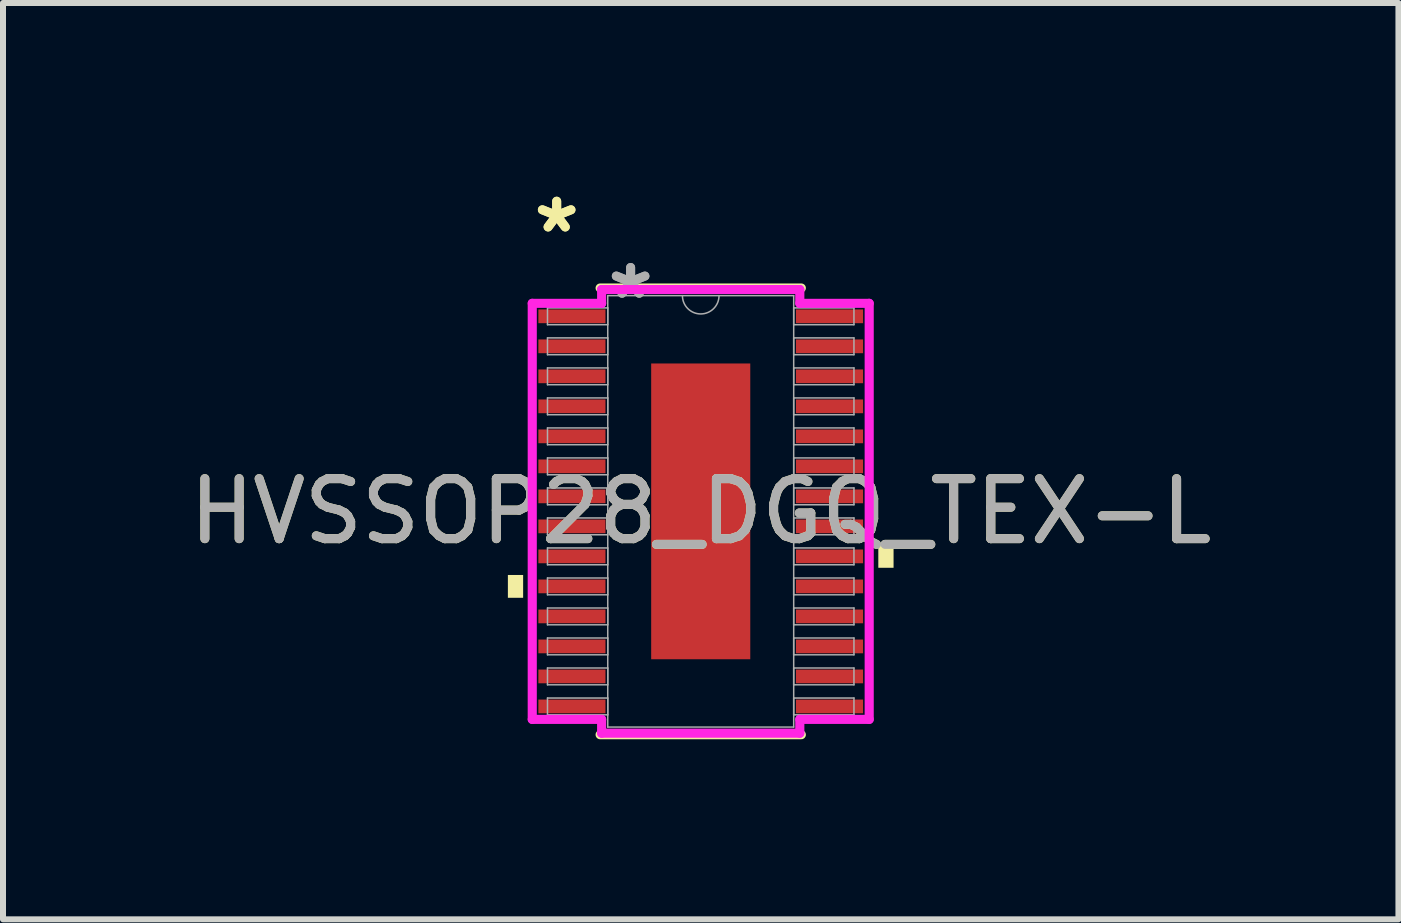
<source format=kicad_pcb>
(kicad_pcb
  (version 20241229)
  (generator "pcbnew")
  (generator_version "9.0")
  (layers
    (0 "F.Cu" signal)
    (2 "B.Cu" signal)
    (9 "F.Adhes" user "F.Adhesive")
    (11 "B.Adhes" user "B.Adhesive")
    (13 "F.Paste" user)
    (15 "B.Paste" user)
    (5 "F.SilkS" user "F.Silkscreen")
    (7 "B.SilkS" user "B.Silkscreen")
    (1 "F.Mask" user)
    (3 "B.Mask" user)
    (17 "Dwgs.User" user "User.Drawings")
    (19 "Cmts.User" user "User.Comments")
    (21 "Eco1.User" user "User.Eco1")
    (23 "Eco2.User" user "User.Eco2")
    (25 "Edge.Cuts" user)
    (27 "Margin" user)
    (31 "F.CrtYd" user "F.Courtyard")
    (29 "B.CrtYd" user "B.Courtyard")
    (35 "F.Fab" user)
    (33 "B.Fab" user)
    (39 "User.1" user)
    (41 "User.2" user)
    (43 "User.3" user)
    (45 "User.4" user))
  (footprint "HVSSOP28_DGQ_TEX-L"
    (layer "F.Cu")
    (at 8.625 5.47)
    (property "Reference" "HVSSOP28_DGQ_TEX-L" (at 0 0 0) (unlocked yes) (layer "F.SilkS") (effects (font (size 1 1) (thickness 0.15))))
    (attr smd)
    (fp_line (start -1.676 3.721) (end 1.676 3.721) (stroke (width 0.152) (type solid)) (layer "F.SilkS"))
    (fp_line (start 1.676 -3.721) (end -1.676 -3.721) (stroke (width 0.152) (type solid)) (layer "F.SilkS"))
    (fp_poly (pts (xy -3.213 1.06) (xy -3.213 1.44) (xy -2.959 1.44) (xy -2.959 1.06)) (stroke (width 0) (type solid)) (fill yes) (layer "F.SilkS"))
    (fp_poly (pts (xy 3.213 0.559) (xy 3.213 0.94) (xy 2.959 0.94) (xy 2.959 0.559)) (stroke (width 0) (type solid)) (fill yes) (layer "F.SilkS"))
    (fp_poly (pts (xy -0.726 -2.364) (xy -0.726 -0.921) (xy 0.726 -0.921) (xy 0.726 -2.364)) (stroke (width 0) (type solid)) (fill yes) (layer "F.Paste"))
    (fp_poly (pts (xy -0.726 -0.721) (xy -0.726 0.721) (xy 0.726 0.721) (xy 0.726 -0.721)) (stroke (width 0) (type solid)) (fill yes) (layer "F.Paste"))
    (fp_poly (pts (xy -0.726 0.921) (xy -0.726 2.364) (xy 0.726 2.364) (xy 0.726 0.921)) (stroke (width 0) (type solid)) (fill yes) (layer "F.Paste"))
    (fp_line (start -2.807 -3.466) (end -1.651 -3.466) (stroke (width 0.152) (type solid)) (layer "F.CrtYd"))
    (fp_line (start -2.807 3.466) (end -2.807 -3.466) (stroke (width 0.152) (type solid)) (layer "F.CrtYd"))
    (fp_line (start -2.807 3.466) (end -1.651 3.466) (stroke (width 0.152) (type solid)) (layer "F.CrtYd"))
    (fp_line (start -1.651 -3.696) (end 1.651 -3.696) (stroke (width 0.152) (type solid)) (layer "F.CrtYd"))
    (fp_line (start -1.651 -3.466) (end -1.651 -3.696) (stroke (width 0.152) (type solid)) (layer "F.CrtYd"))
    (fp_line (start -1.651 3.696) (end -1.651 3.466) (stroke (width 0.152) (type solid)) (layer "F.CrtYd"))
    (fp_line (start 1.651 -3.696) (end 1.651 -3.466) (stroke (width 0.152) (type solid)) (layer "F.CrtYd"))
    (fp_line (start 1.651 3.466) (end 1.651 3.696) (stroke (width 0.152) (type solid)) (layer "F.CrtYd"))
    (fp_line (start 1.651 3.696) (end -1.651 3.696) (stroke (width 0.152) (type solid)) (layer "F.CrtYd"))
    (fp_line (start 2.807 -3.466) (end 1.651 -3.466) (stroke (width 0.152) (type solid)) (layer "F.CrtYd"))
    (fp_line (start 2.807 -3.466) (end 2.807 3.466) (stroke (width 0.152) (type solid)) (layer "F.CrtYd"))
    (fp_line (start 2.807 3.466) (end 1.651 3.466) (stroke (width 0.152) (type solid)) (layer "F.CrtYd"))
    (fp_line (start -2.553 -3.39) (end -2.553 -3.11) (stroke (width 0.025) (type solid)) (layer "F.Fab"))
    (fp_line (start -2.553 -3.11) (end -1.549 -3.11) (stroke (width 0.025) (type solid)) (layer "F.Fab"))
    (fp_line (start -2.553 -2.89) (end -2.553 -2.61) (stroke (width 0.025) (type solid)) (layer "F.Fab"))
    (fp_line (start -2.553 -2.61) (end -1.549 -2.61) (stroke (width 0.025) (type solid)) (layer "F.Fab"))
    (fp_line (start -2.553 -2.39) (end -2.553 -2.11) (stroke (width 0.025) (type solid)) (layer "F.Fab"))
    (fp_line (start -2.553 -2.11) (end -1.549 -2.11) (stroke (width 0.025) (type solid)) (layer "F.Fab"))
    (fp_line (start -2.553 -1.89) (end -2.553 -1.61) (stroke (width 0.025) (type solid)) (layer "F.Fab"))
    (fp_line (start -2.553 -1.61) (end -1.549 -1.61) (stroke (width 0.025) (type solid)) (layer "F.Fab"))
    (fp_line (start -2.553 -1.39) (end -2.553 -1.11) (stroke (width 0.025) (type solid)) (layer "F.Fab"))
    (fp_line (start -2.553 -1.11) (end -1.549 -1.11) (stroke (width 0.025) (type solid)) (layer "F.Fab"))
    (fp_line (start -2.553 -0.89) (end -2.553 -0.61) (stroke (width 0.025) (type solid)) (layer "F.Fab"))
    (fp_line (start -2.553 -0.61) (end -1.549 -0.61) (stroke (width 0.025) (type solid)) (layer "F.Fab"))
    (fp_line (start -2.553 -0.39) (end -2.553 -0.11) (stroke (width 0.025) (type solid)) (layer "F.Fab"))
    (fp_line (start -2.553 -0.11) (end -1.549 -0.11) (stroke (width 0.025) (type solid)) (layer "F.Fab"))
    (fp_line (start -2.553 0.11) (end -2.553 0.39) (stroke (width 0.025) (type solid)) (layer "F.Fab"))
    (fp_line (start -2.553 0.39) (end -1.549 0.39) (stroke (width 0.025) (type solid)) (layer "F.Fab"))
    (fp_line (start -2.553 0.61) (end -2.553 0.89) (stroke (width 0.025) (type solid)) (layer "F.Fab"))
    (fp_line (start -2.553 0.89) (end -1.549 0.89) (stroke (width 0.025) (type solid)) (layer "F.Fab"))
    (fp_line (start -2.553 1.11) (end -2.553 1.39) (stroke (width 0.025) (type solid)) (layer "F.Fab"))
    (fp_line (start -2.553 1.39) (end -1.549 1.39) (stroke (width 0.025) (type solid)) (layer "F.Fab"))
    (fp_line (start -2.553 1.61) (end -2.553 1.89) (stroke (width 0.025) (type solid)) (layer "F.Fab"))
    (fp_line (start -2.553 1.89) (end -1.549 1.89) (stroke (width 0.025) (type solid)) (layer "F.Fab"))
    (fp_line (start -2.553 2.11) (end -2.553 2.39) (stroke (width 0.025) (type solid)) (layer "F.Fab"))
    (fp_line (start -2.553 2.39) (end -1.549 2.39) (stroke (width 0.025) (type solid)) (layer "F.Fab"))
    (fp_line (start -2.553 2.61) (end -2.553 2.89) (stroke (width 0.025) (type solid)) (layer "F.Fab"))
    (fp_line (start -2.553 2.89) (end -1.549 2.89) (stroke (width 0.025) (type solid)) (layer "F.Fab"))
    (fp_line (start -2.553 3.11) (end -2.553 3.39) (stroke (width 0.025) (type solid)) (layer "F.Fab"))
    (fp_line (start -2.553 3.39) (end -1.549 3.39) (stroke (width 0.025) (type solid)) (layer "F.Fab"))
    (fp_line (start -1.549 -3.594) (end -1.549 3.594) (stroke (width 0.025) (type solid)) (layer "F.Fab"))
    (fp_line (start -1.549 -3.39) (end -2.553 -3.39) (stroke (width 0.025) (type solid)) (layer "F.Fab"))
    (fp_line (start -1.549 -3.11) (end -1.549 -3.39) (stroke (width 0.025) (type solid)) (layer "F.Fab"))
    (fp_line (start -1.549 -2.89) (end -2.553 -2.89) (stroke (width 0.025) (type solid)) (layer "F.Fab"))
    (fp_line (start -1.549 -2.61) (end -1.549 -2.89) (stroke (width 0.025) (type solid)) (layer "F.Fab"))
    (fp_line (start -1.549 -2.39) (end -2.553 -2.39) (stroke (width 0.025) (type solid)) (layer "F.Fab"))
    (fp_line (start -1.549 -2.11) (end -1.549 -2.39) (stroke (width 0.025) (type solid)) (layer "F.Fab"))
    (fp_line (start -1.549 -1.89) (end -2.553 -1.89) (stroke (width 0.025) (type solid)) (layer "F.Fab"))
    (fp_line (start -1.549 -1.61) (end -1.549 -1.89) (stroke (width 0.025) (type solid)) (layer "F.Fab"))
    (fp_line (start -1.549 -1.39) (end -2.553 -1.39) (stroke (width 0.025) (type solid)) (layer "F.Fab"))
    (fp_line (start -1.549 -1.11) (end -1.549 -1.39) (stroke (width 0.025) (type solid)) (layer "F.Fab"))
    (fp_line (start -1.549 -0.89) (end -2.553 -0.89) (stroke (width 0.025) (type solid)) (layer "F.Fab"))
    (fp_line (start -1.549 -0.61) (end -1.549 -0.89) (stroke (width 0.025) (type solid)) (layer "F.Fab"))
    (fp_line (start -1.549 -0.39) (end -2.553 -0.39) (stroke (width 0.025) (type solid)) (layer "F.Fab"))
    (fp_line (start -1.549 -0.11) (end -1.549 -0.39) (stroke (width 0.025) (type solid)) (layer "F.Fab"))
    (fp_line (start -1.549 0.11) (end -2.553 0.11) (stroke (width 0.025) (type solid)) (layer "F.Fab"))
    (fp_line (start -1.549 0.39) (end -1.549 0.11) (stroke (width 0.025) (type solid)) (layer "F.Fab"))
    (fp_line (start -1.549 0.61) (end -2.553 0.61) (stroke (width 0.025) (type solid)) (layer "F.Fab"))
    (fp_line (start -1.549 0.89) (end -1.549 0.61) (stroke (width 0.025) (type solid)) (layer "F.Fab"))
    (fp_line (start -1.549 1.11) (end -2.553 1.11) (stroke (width 0.025) (type solid)) (layer "F.Fab"))
    (fp_line (start -1.549 1.39) (end -1.549 1.11) (stroke (width 0.025) (type solid)) (layer "F.Fab"))
    (fp_line (start -1.549 1.61) (end -2.553 1.61) (stroke (width 0.025) (type solid)) (layer "F.Fab"))
    (fp_line (start -1.549 1.89) (end -1.549 1.61) (stroke (width 0.025) (type solid)) (layer "F.Fab"))
    (fp_line (start -1.549 2.11) (end -2.553 2.11) (stroke (width 0.025) (type solid)) (layer "F.Fab"))
    (fp_line (start -1.549 2.39) (end -1.549 2.11) (stroke (width 0.025) (type solid)) (layer "F.Fab"))
    (fp_line (start -1.549 2.61) (end -2.553 2.61) (stroke (width 0.025) (type solid)) (layer "F.Fab"))
    (fp_line (start -1.549 2.89) (end -1.549 2.61) (stroke (width 0.025) (type solid)) (layer "F.Fab"))
    (fp_line (start -1.549 3.11) (end -2.553 3.11) (stroke (width 0.025) (type solid)) (layer "F.Fab"))
    (fp_line (start -1.549 3.39) (end -1.549 3.11) (stroke (width 0.025) (type solid)) (layer "F.Fab"))
    (fp_line (start -1.549 3.594) (end 1.549 3.594) (stroke (width 0.025) (type solid)) (layer "F.Fab"))
    (fp_line (start 1.549 -3.594) (end -1.549 -3.594) (stroke (width 0.025) (type solid)) (layer "F.Fab"))
    (fp_line (start 1.549 -3.39) (end 1.549 -3.11) (stroke (width 0.025) (type solid)) (layer "F.Fab"))
    (fp_line (start 1.549 -3.11) (end 2.553 -3.11) (stroke (width 0.025) (type solid)) (layer "F.Fab"))
    (fp_line (start 1.549 -2.89) (end 1.549 -2.61) (stroke (width 0.025) (type solid)) (layer "F.Fab"))
    (fp_line (start 1.549 -2.61) (end 2.553 -2.61) (stroke (width 0.025) (type solid)) (layer "F.Fab"))
    (fp_line (start 1.549 -2.39) (end 1.549 -2.11) (stroke (width 0.025) (type solid)) (layer "F.Fab"))
    (fp_line (start 1.549 -2.11) (end 2.553 -2.11) (stroke (width 0.025) (type solid)) (layer "F.Fab"))
    (fp_line (start 1.549 -1.89) (end 1.549 -1.61) (stroke (width 0.025) (type solid)) (layer "F.Fab"))
    (fp_line (start 1.549 -1.61) (end 2.553 -1.61) (stroke (width 0.025) (type solid)) (layer "F.Fab"))
    (fp_line (start 1.549 -1.39) (end 1.549 -1.11) (stroke (width 0.025) (type solid)) (layer "F.Fab"))
    (fp_line (start 1.549 -1.11) (end 2.553 -1.11) (stroke (width 0.025) (type solid)) (layer "F.Fab"))
    (fp_line (start 1.549 -0.89) (end 1.549 -0.61) (stroke (width 0.025) (type solid)) (layer "F.Fab"))
    (fp_line (start 1.549 -0.61) (end 2.553 -0.61) (stroke (width 0.025) (type solid)) (layer "F.Fab"))
    (fp_line (start 1.549 -0.39) (end 1.549 -0.11) (stroke (width 0.025) (type solid)) (layer "F.Fab"))
    (fp_line (start 1.549 -0.11) (end 2.553 -0.11) (stroke (width 0.025) (type solid)) (layer "F.Fab"))
    (fp_line (start 1.549 0.11) (end 1.549 0.39) (stroke (width 0.025) (type solid)) (layer "F.Fab"))
    (fp_line (start 1.549 0.39) (end 2.553 0.39) (stroke (width 0.025) (type solid)) (layer "F.Fab"))
    (fp_line (start 1.549 0.61) (end 1.549 0.89) (stroke (width 0.025) (type solid)) (layer "F.Fab"))
    (fp_line (start 1.549 0.89) (end 2.553 0.89) (stroke (width 0.025) (type solid)) (layer "F.Fab"))
    (fp_line (start 1.549 1.11) (end 1.549 1.39) (stroke (width 0.025) (type solid)) (layer "F.Fab"))
    (fp_line (start 1.549 1.39) (end 2.553 1.39) (stroke (width 0.025) (type solid)) (layer "F.Fab"))
    (fp_line (start 1.549 1.61) (end 1.549 1.89) (stroke (width 0.025) (type solid)) (layer "F.Fab"))
    (fp_line (start 1.549 1.89) (end 2.553 1.89) (stroke (width 0.025) (type solid)) (layer "F.Fab"))
    (fp_line (start 1.549 2.11) (end 1.549 2.39) (stroke (width 0.025) (type solid)) (layer "F.Fab"))
    (fp_line (start 1.549 2.39) (end 2.553 2.39) (stroke (width 0.025) (type solid)) (layer "F.Fab"))
    (fp_line (start 1.549 2.61) (end 1.549 2.89) (stroke (width 0.025) (type solid)) (layer "F.Fab"))
    (fp_line (start 1.549 2.89) (end 2.553 2.89) (stroke (width 0.025) (type solid)) (layer "F.Fab"))
    (fp_line (start 1.549 3.11) (end 1.549 3.39) (stroke (width 0.025) (type solid)) (layer "F.Fab"))
    (fp_line (start 1.549 3.39) (end 2.553 3.39) (stroke (width 0.025) (type solid)) (layer "F.Fab"))
    (fp_line (start 1.549 3.594) (end 1.549 -3.594) (stroke (width 0.025) (type solid)) (layer "F.Fab"))
    (fp_line (start 2.553 -3.39) (end 1.549 -3.39) (stroke (width 0.025) (type solid)) (layer "F.Fab"))
    (fp_line (start 2.553 -3.11) (end 2.553 -3.39) (stroke (width 0.025) (type solid)) (layer "F.Fab"))
    (fp_line (start 2.553 -2.89) (end 1.549 -2.89) (stroke (width 0.025) (type solid)) (layer "F.Fab"))
    (fp_line (start 2.553 -2.61) (end 2.553 -2.89) (stroke (width 0.025) (type solid)) (layer "F.Fab"))
    (fp_line (start 2.553 -2.39) (end 1.549 -2.39) (stroke (width 0.025) (type solid)) (layer "F.Fab"))
    (fp_line (start 2.553 -2.11) (end 2.553 -2.39) (stroke (width 0.025) (type solid)) (layer "F.Fab"))
    (fp_line (start 2.553 -1.89) (end 1.549 -1.89) (stroke (width 0.025) (type solid)) (layer "F.Fab"))
    (fp_line (start 2.553 -1.61) (end 2.553 -1.89) (stroke (width 0.025) (type solid)) (layer "F.Fab"))
    (fp_line (start 2.553 -1.39) (end 1.549 -1.39) (stroke (width 0.025) (type solid)) (layer "F.Fab"))
    (fp_line (start 2.553 -1.11) (end 2.553 -1.39) (stroke (width 0.025) (type solid)) (layer "F.Fab"))
    (fp_line (start 2.553 -0.89) (end 1.549 -0.89) (stroke (width 0.025) (type solid)) (layer "F.Fab"))
    (fp_line (start 2.553 -0.61) (end 2.553 -0.89) (stroke (width 0.025) (type solid)) (layer "F.Fab"))
    (fp_line (start 2.553 -0.39) (end 1.549 -0.39) (stroke (width 0.025) (type solid)) (layer "F.Fab"))
    (fp_line (start 2.553 -0.11) (end 2.553 -0.39) (stroke (width 0.025) (type solid)) (layer "F.Fab"))
    (fp_line (start 2.553 0.11) (end 1.549 0.11) (stroke (width 0.025) (type solid)) (layer "F.Fab"))
    (fp_line (start 2.553 0.39) (end 2.553 0.11) (stroke (width 0.025) (type solid)) (layer "F.Fab"))
    (fp_line (start 2.553 0.61) (end 1.549 0.61) (stroke (width 0.025) (type solid)) (layer "F.Fab"))
    (fp_line (start 2.553 0.89) (end 2.553 0.61) (stroke (width 0.025) (type solid)) (layer "F.Fab"))
    (fp_line (start 2.553 1.11) (end 1.549 1.11) (stroke (width 0.025) (type solid)) (layer "F.Fab"))
    (fp_line (start 2.553 1.39) (end 2.553 1.11) (stroke (width 0.025) (type solid)) (layer "F.Fab"))
    (fp_line (start 2.553 1.61) (end 1.549 1.61) (stroke (width 0.025) (type solid)) (layer "F.Fab"))
    (fp_line (start 2.553 1.89) (end 2.553 1.61) (stroke (width 0.025) (type solid)) (layer "F.Fab"))
    (fp_line (start 2.553 2.11) (end 1.549 2.11) (stroke (width 0.025) (type solid)) (layer "F.Fab"))
    (fp_line (start 2.553 2.39) (end 2.553 2.11) (stroke (width 0.025) (type solid)) (layer "F.Fab"))
    (fp_line (start 2.553 2.61) (end 1.549 2.61) (stroke (width 0.025) (type solid)) (layer "F.Fab"))
    (fp_line (start 2.553 2.89) (end 2.553 2.61) (stroke (width 0.025) (type solid)) (layer "F.Fab"))
    (fp_line (start 2.553 3.11) (end 1.549 3.11) (stroke (width 0.025) (type solid)) (layer "F.Fab"))
    (fp_line (start 2.553 3.39) (end 2.553 3.11) (stroke (width 0.025) (type solid)) (layer "F.Fab"))
    (fp_arc (start 0.3048 -3.5941) (mid 0 -3.2893) (end -0.3048 -3.5941) (stroke (width 0.0254) (type solid)) (layer "F.Fab"))
    (fp_text user "*" (at -2.4 -4.622 0) (layer "F.SilkS") (effects (font (size 1 1) (thickness 0.15))))
    (fp_text user "*" (at -2.4 -4.622 0) (unlocked yes) (layer "F.SilkS") (effects (font (size 1 1) (thickness 0.15))))
    (fp_text user "*" (at -1.168 -3.518 0) (unlocked yes) (layer "F.Fab") (effects (font (size 1 1) (thickness 0.15))))
    (fp_text user "${REFERENCE}" (at 0 0 0) (unlocked yes) (layer "F.Fab") (effects (font (size 1 1) (thickness 0.15))))
    (fp_text user "*" (at -1.168 -3.518 0) (layer "F.Fab") (effects (font (size 1 1) (thickness 0.15))))
    (pad "1" smd rect (at -2.146 -3.25) (size 1.118 0.229) (layers "F.Cu" "F.Mask" "F.Paste"))
    (pad "2" smd rect (at -2.146 -2.75) (size 1.118 0.229) (layers "F.Cu" "F.Mask" "F.Paste"))
    (pad "3" smd rect (at -2.146 -2.25) (size 1.118 0.229) (layers "F.Cu" "F.Mask" "F.Paste"))
    (pad "4" smd rect (at -2.146 -1.75) (size 1.118 0.229) (layers "F.Cu" "F.Mask" "F.Paste"))
    (pad "5" smd rect (at -2.146 -1.25) (size 1.118 0.229) (layers "F.Cu" "F.Mask" "F.Paste"))
    (pad "6" smd rect (at -2.146 -0.75) (size 1.118 0.229) (layers "F.Cu" "F.Mask" "F.Paste"))
    (pad "7" smd rect (at -2.146 -0.25) (size 1.118 0.229) (layers "F.Cu" "F.Mask" "F.Paste"))
    (pad "8" smd rect (at -2.146 0.25) (size 1.118 0.229) (layers "F.Cu" "F.Mask" "F.Paste"))
    (pad "9" smd rect (at -2.146 0.75) (size 1.118 0.229) (layers "F.Cu" "F.Mask" "F.Paste"))
    (pad "10" smd rect (at -2.146 1.25) (size 1.118 0.229) (layers "F.Cu" "F.Mask" "F.Paste"))
    (pad "11" smd rect (at -2.146 1.75) (size 1.118 0.229) (layers "F.Cu" "F.Mask" "F.Paste"))
    (pad "12" smd rect (at -2.146 2.25) (size 1.118 0.229) (layers "F.Cu" "F.Mask" "F.Paste"))
    (pad "13" smd rect (at -2.146 2.75) (size 1.118 0.229) (layers "F.Cu" "F.Mask" "F.Paste"))
    (pad "14" smd rect (at -2.146 3.25) (size 1.118 0.229) (layers "F.Cu" "F.Mask" "F.Paste"))
    (pad "15" smd rect (at 2.146 3.25) (size 1.118 0.229) (layers "F.Cu" "F.Mask" "F.Paste"))
    (pad "16" smd rect (at 2.146 2.75) (size 1.118 0.229) (layers "F.Cu" "F.Mask" "F.Paste"))
    (pad "17" smd rect (at 2.146 2.25) (size 1.118 0.229) (layers "F.Cu" "F.Mask" "F.Paste"))
    (pad "18" smd rect (at 2.146 1.75) (size 1.118 0.229) (layers "F.Cu" "F.Mask" "F.Paste"))
    (pad "19" smd rect (at 2.146 1.25) (size 1.118 0.229) (layers "F.Cu" "F.Mask" "F.Paste"))
    (pad "20" smd rect (at 2.146 0.75) (size 1.118 0.229) (layers "F.Cu" "F.Mask" "F.Paste"))
    (pad "21" smd rect (at 2.146 0.25) (size 1.118 0.229) (layers "F.Cu" "F.Mask" "F.Paste"))
    (pad "22" smd rect (at 2.146 -0.25) (size 1.118 0.229) (layers "F.Cu" "F.Mask" "F.Paste"))
    (pad "23" smd rect (at 2.146 -0.75) (size 1.118 0.229) (layers "F.Cu" "F.Mask" "F.Paste"))
    (pad "24" smd rect (at 2.146 -1.25) (size 1.118 0.229) (layers "F.Cu" "F.Mask" "F.Paste"))
    (pad "25" smd rect (at 2.146 -1.75) (size 1.118 0.229) (layers "F.Cu" "F.Mask" "F.Paste"))
    (pad "26" smd rect (at 2.146 -2.25) (size 1.118 0.229) (layers "F.Cu" "F.Mask" "F.Paste"))
    (pad "27" smd rect (at 2.146 -2.75) (size 1.118 0.229) (layers "F.Cu" "F.Mask" "F.Paste"))
    (pad "28" smd rect (at 2.146 -3.25) (size 1.118 0.229) (layers "F.Cu" "F.Mask" "F.Paste"))
    (pad "29" smd rect (at 0 0) (size 1.651 4.928) (layers "F.Cu" "F.Mask")))
  (gr_rect
    (start -3 -3)
    (end 20.25 12.267)
    (stroke (width 0.1) (type default))
    (fill no)
    (layer "Edge.Cuts")))
</source>
